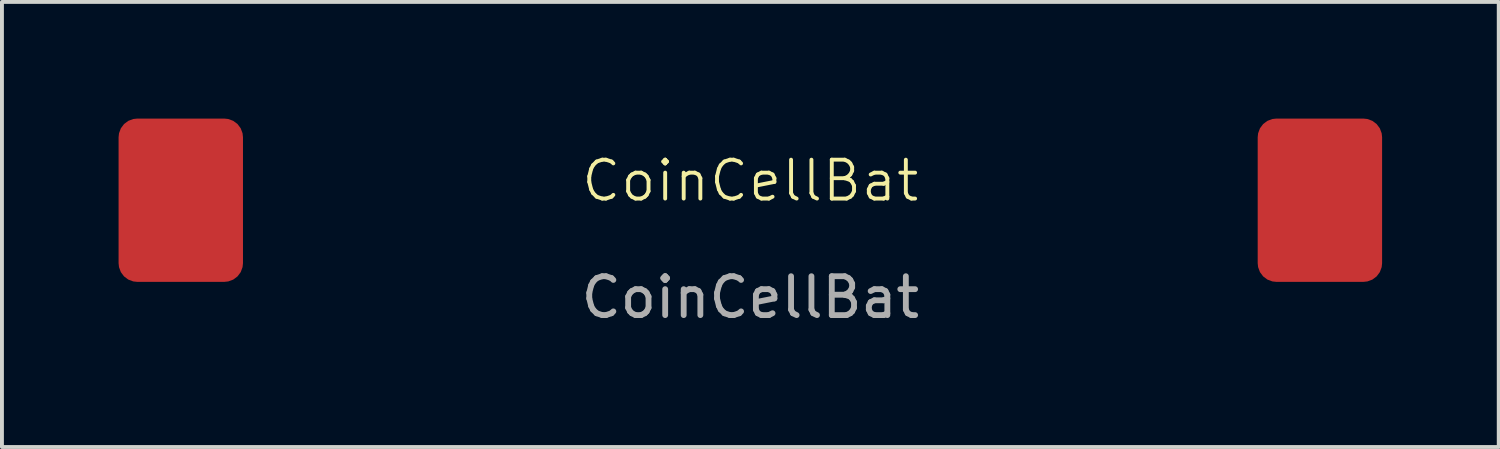
<source format=kicad_pcb>
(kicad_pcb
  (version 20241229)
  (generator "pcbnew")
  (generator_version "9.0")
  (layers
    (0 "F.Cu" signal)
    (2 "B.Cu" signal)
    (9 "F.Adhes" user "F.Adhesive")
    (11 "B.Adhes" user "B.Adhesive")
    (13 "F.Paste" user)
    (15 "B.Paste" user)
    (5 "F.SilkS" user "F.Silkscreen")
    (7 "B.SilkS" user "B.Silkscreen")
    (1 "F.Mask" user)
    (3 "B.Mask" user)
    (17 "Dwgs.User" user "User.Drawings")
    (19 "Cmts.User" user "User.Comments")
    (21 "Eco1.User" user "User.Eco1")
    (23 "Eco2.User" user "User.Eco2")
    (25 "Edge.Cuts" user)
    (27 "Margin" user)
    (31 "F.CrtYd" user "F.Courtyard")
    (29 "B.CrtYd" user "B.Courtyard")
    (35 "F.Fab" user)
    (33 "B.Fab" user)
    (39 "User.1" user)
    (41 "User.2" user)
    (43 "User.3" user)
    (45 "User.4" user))
  (footprint "CoinCellBat"
    (layer "F.Cu")
    (at 16.25 2.1)
    (property "Reference" "CoinCellBat" (at 0 -0.5 0) (unlocked yes) (layer "F.SilkS") (effects (font (size 1 1) (thickness 0.1))))
    (attr smd)
    (fp_text user "${REFERENCE}" (at 0 2.5 0) (unlocked yes) (layer "F.Fab") (effects (font (size 1 1) (thickness 0.15))))
    (pad "1" smd roundrect (at 14.65 0) (size 3.2 4.2) (layers "F.Cu" "F.Mask" "F.Paste") (roundrect_rratio 0.15))
    (pad "2" smd roundrect (at -14.65 0) (size 3.2 4.2) (layers "F.Cu" "F.Mask" "F.Paste") (roundrect_rratio 0.15)))
  (gr_rect
    (start -3 -3)
    (end 35.5 8.448)
    (stroke (width 0.1) (type default))
    (fill no)
    (layer "Edge.Cuts")))
</source>
